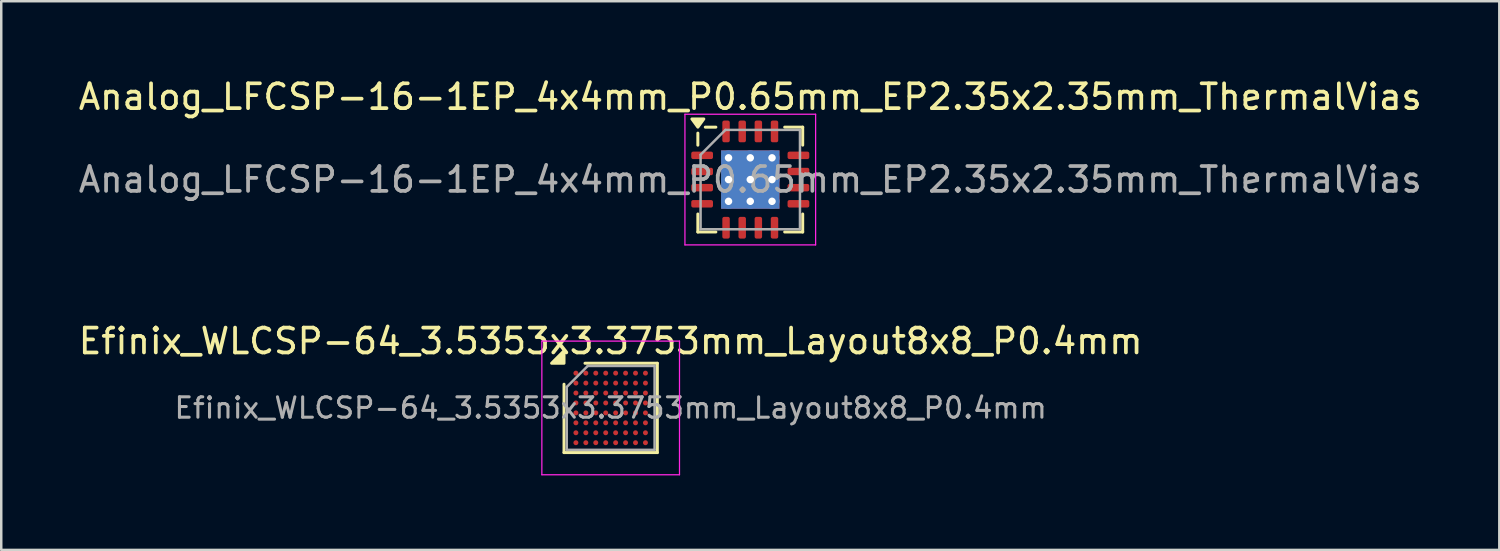
<source format=kicad_pcb>
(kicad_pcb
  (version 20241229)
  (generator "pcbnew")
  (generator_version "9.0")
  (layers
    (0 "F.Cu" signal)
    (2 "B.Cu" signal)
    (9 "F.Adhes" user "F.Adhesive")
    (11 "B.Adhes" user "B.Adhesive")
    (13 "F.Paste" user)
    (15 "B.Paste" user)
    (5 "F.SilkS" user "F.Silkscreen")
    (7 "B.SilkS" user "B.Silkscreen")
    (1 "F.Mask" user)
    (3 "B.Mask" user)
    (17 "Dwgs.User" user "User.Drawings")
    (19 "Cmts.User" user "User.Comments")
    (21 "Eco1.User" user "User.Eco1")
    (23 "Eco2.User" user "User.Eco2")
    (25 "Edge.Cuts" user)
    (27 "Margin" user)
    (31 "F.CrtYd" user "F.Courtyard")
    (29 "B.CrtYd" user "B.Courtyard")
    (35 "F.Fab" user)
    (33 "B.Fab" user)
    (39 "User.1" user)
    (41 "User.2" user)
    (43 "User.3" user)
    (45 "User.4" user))
  (footprint "Efinix_WLCSP-64_3.5353x3.3753mm_Layout8x8_P0.4mm"
    (layer "F.Cu")
    (at 21.53 13.369)
    (property "Reference" "Efinix_WLCSP-64_3.5353x3.3753mm_Layout8x8_P0.4mm" (at 0 -2.688 0) (layer "F.SilkS") (effects (font (size 1 1) (thickness 0.15))))
    (attr smd)
    (fp_line (start -1.878 1.798) (end -1.878 -0.954) (stroke (width 0.12) (type solid)) (layer "F.SilkS"))
    (fp_line (start -1.034 -1.798) (end 1.878 -1.798) (stroke (width 0.12) (type solid)) (layer "F.SilkS"))
    (fp_line (start 1.878 -1.798) (end 1.878 1.798) (stroke (width 0.12) (type solid)) (layer "F.SilkS"))
    (fp_line (start 1.878 1.798) (end -1.878 1.798) (stroke (width 0.12) (type solid)) (layer "F.SilkS"))
    (fp_poly (pts (xy -1.878 -1.798) (xy -2.378 -1.798) (xy -1.878 -2.298) (xy -1.878 -1.798)) (stroke (width 0.12) (type solid)) (fill yes) (layer "F.SilkS"))
    (fp_line (start -2.77 -2.69) (end -2.77 2.69) (stroke (width 0.05) (type solid)) (layer "F.CrtYd"))
    (fp_line (start -2.77 2.69) (end 2.77 2.69) (stroke (width 0.05) (type solid)) (layer "F.CrtYd"))
    (fp_line (start 2.77 -2.69) (end -2.77 -2.69) (stroke (width 0.05) (type solid)) (layer "F.CrtYd"))
    (fp_line (start 2.77 2.69) (end 2.77 -2.69) (stroke (width 0.05) (type solid)) (layer "F.CrtYd"))
    (fp_line (start -1.768 -0.844) (end -0.924 -1.688) (stroke (width 0.1) (type solid)) (layer "F.Fab"))
    (fp_line (start -1.768 1.688) (end -1.768 -0.844) (stroke (width 0.1) (type solid)) (layer "F.Fab"))
    (fp_line (start -0.924 -1.688) (end 1.768 -1.688) (stroke (width 0.1) (type solid)) (layer "F.Fab"))
    (fp_line (start 1.768 -1.688) (end 1.768 1.688) (stroke (width 0.1) (type solid)) (layer "F.Fab"))
    (fp_line (start 1.768 1.688) (end -1.768 1.688) (stroke (width 0.1) (type solid)) (layer "F.Fab"))
    (fp_text user "${REFERENCE}" (at 0 0 0) (layer "F.Fab") (effects (font (size 0.82 0.82) (thickness 0.123))))
    (pad "A1" smd circle (at -1.4 -1.4) (size 0.2 0.2) (property pad_prop_bga) (layers "F.Cu" "F.Mask" "F.Paste"))
    (pad "A2" smd circle (at -1 -1.4) (size 0.2 0.2) (property pad_prop_bga) (layers "F.Cu" "F.Mask" "F.Paste"))
    (pad "A3" smd circle (at -0.6 -1.4) (size 0.2 0.2) (property pad_prop_bga) (layers "F.Cu" "F.Mask" "F.Paste"))
    (pad "A4" smd circle (at -0.2 -1.4) (size 0.2 0.2) (property pad_prop_bga) (layers "F.Cu" "F.Mask" "F.Paste"))
    (pad "A5" smd circle (at 0.2 -1.4) (size 0.2 0.2) (property pad_prop_bga) (layers "F.Cu" "F.Mask" "F.Paste"))
    (pad "A6" smd circle (at 0.6 -1.4) (size 0.2 0.2) (property pad_prop_bga) (layers "F.Cu" "F.Mask" "F.Paste"))
    (pad "A7" smd circle (at 1 -1.4) (size 0.2 0.2) (property pad_prop_bga) (layers "F.Cu" "F.Mask" "F.Paste"))
    (pad "A8" smd circle (at 1.4 -1.4) (size 0.2 0.2) (property pad_prop_bga) (layers "F.Cu" "F.Mask" "F.Paste"))
    (pad "B1" smd circle (at -1.4 -1) (size 0.2 0.2) (property pad_prop_bga) (layers "F.Cu" "F.Mask" "F.Paste"))
    (pad "B2" smd circle (at -1 -1) (size 0.2 0.2) (property pad_prop_bga) (layers "F.Cu" "F.Mask" "F.Paste"))
    (pad "B3" smd circle (at -0.6 -1) (size 0.2 0.2) (property pad_prop_bga) (layers "F.Cu" "F.Mask" "F.Paste"))
    (pad "B4" smd circle (at -0.2 -1) (size 0.2 0.2) (property pad_prop_bga) (layers "F.Cu" "F.Mask" "F.Paste"))
    (pad "B5" smd circle (at 0.2 -1) (size 0.2 0.2) (property pad_prop_bga) (layers "F.Cu" "F.Mask" "F.Paste"))
    (pad "B6" smd circle (at 0.6 -1) (size 0.2 0.2) (property pad_prop_bga) (layers "F.Cu" "F.Mask" "F.Paste"))
    (pad "B7" smd circle (at 1 -1) (size 0.2 0.2) (property pad_prop_bga) (layers "F.Cu" "F.Mask" "F.Paste"))
    (pad "B8" smd circle (at 1.4 -1) (size 0.2 0.2) (property pad_prop_bga) (layers "F.Cu" "F.Mask" "F.Paste"))
    (pad "C1" smd circle (at -1.4 -0.6) (size 0.2 0.2) (property pad_prop_bga) (layers "F.Cu" "F.Mask" "F.Paste"))
    (pad "C2" smd circle (at -1 -0.6) (size 0.2 0.2) (property pad_prop_bga) (layers "F.Cu" "F.Mask" "F.Paste"))
    (pad "C3" smd circle (at -0.6 -0.6) (size 0.2 0.2) (property pad_prop_bga) (layers "F.Cu" "F.Mask" "F.Paste"))
    (pad "C4" smd circle (at -0.2 -0.6) (size 0.2 0.2) (property pad_prop_bga) (layers "F.Cu" "F.Mask" "F.Paste"))
    (pad "C5" smd circle (at 0.2 -0.6) (size 0.2 0.2) (property pad_prop_bga) (layers "F.Cu" "F.Mask" "F.Paste"))
    (pad "C6" smd circle (at 0.6 -0.6) (size 0.2 0.2) (property pad_prop_bga) (layers "F.Cu" "F.Mask" "F.Paste"))
    (pad "C7" smd circle (at 1 -0.6) (size 0.2 0.2) (property pad_prop_bga) (layers "F.Cu" "F.Mask" "F.Paste"))
    (pad "C8" smd circle (at 1.4 -0.6) (size 0.2 0.2) (property pad_prop_bga) (layers "F.Cu" "F.Mask" "F.Paste"))
    (pad "D1" smd circle (at -1.4 -0.2) (size 0.2 0.2) (property pad_prop_bga) (layers "F.Cu" "F.Mask" "F.Paste"))
    (pad "D2" smd circle (at -1 -0.2) (size 0.2 0.2) (property pad_prop_bga) (layers "F.Cu" "F.Mask" "F.Paste"))
    (pad "D3" smd circle (at -0.6 -0.2) (size 0.2 0.2) (property pad_prop_bga) (layers "F.Cu" "F.Mask" "F.Paste"))
    (pad "D4" smd circle (at -0.2 -0.2) (size 0.2 0.2) (property pad_prop_bga) (layers "F.Cu" "F.Mask" "F.Paste"))
    (pad "D5" smd circle (at 0.2 -0.2) (size 0.2 0.2) (property pad_prop_bga) (layers "F.Cu" "F.Mask" "F.Paste"))
    (pad "D6" smd circle (at 0.6 -0.2) (size 0.2 0.2) (property pad_prop_bga) (layers "F.Cu" "F.Mask" "F.Paste"))
    (pad "D7" smd circle (at 1 -0.2) (size 0.2 0.2) (property pad_prop_bga) (layers "F.Cu" "F.Mask" "F.Paste"))
    (pad "D8" smd circle (at 1.4 -0.2) (size 0.2 0.2) (property pad_prop_bga) (layers "F.Cu" "F.Mask" "F.Paste"))
    (pad "E1" smd circle (at -1.4 0.2) (size 0.2 0.2) (property pad_prop_bga) (layers "F.Cu" "F.Mask" "F.Paste"))
    (pad "E2" smd circle (at -1 0.2) (size 0.2 0.2) (property pad_prop_bga) (layers "F.Cu" "F.Mask" "F.Paste"))
    (pad "E3" smd circle (at -0.6 0.2) (size 0.2 0.2) (property pad_prop_bga) (layers "F.Cu" "F.Mask" "F.Paste"))
    (pad "E4" smd circle (at -0.2 0.2) (size 0.2 0.2) (property pad_prop_bga) (layers "F.Cu" "F.Mask" "F.Paste"))
    (pad "E5" smd circle (at 0.2 0.2) (size 0.2 0.2) (property pad_prop_bga) (layers "F.Cu" "F.Mask" "F.Paste"))
    (pad "E6" smd circle (at 0.6 0.2) (size 0.2 0.2) (property pad_prop_bga) (layers "F.Cu" "F.Mask" "F.Paste"))
    (pad "E7" smd circle (at 1 0.2) (size 0.2 0.2) (property pad_prop_bga) (layers "F.Cu" "F.Mask" "F.Paste"))
    (pad "E8" smd circle (at 1.4 0.2) (size 0.2 0.2) (property pad_prop_bga) (layers "F.Cu" "F.Mask" "F.Paste"))
    (pad "F1" smd circle (at -1.4 0.6) (size 0.2 0.2) (property pad_prop_bga) (layers "F.Cu" "F.Mask" "F.Paste"))
    (pad "F2" smd circle (at -1 0.6) (size 0.2 0.2) (property pad_prop_bga) (layers "F.Cu" "F.Mask" "F.Paste"))
    (pad "F3" smd circle (at -0.6 0.6) (size 0.2 0.2) (property pad_prop_bga) (layers "F.Cu" "F.Mask" "F.Paste"))
    (pad "F4" smd circle (at -0.2 0.6) (size 0.2 0.2) (property pad_prop_bga) (layers "F.Cu" "F.Mask" "F.Paste"))
    (pad "F5" smd circle (at 0.2 0.6) (size 0.2 0.2) (property pad_prop_bga) (layers "F.Cu" "F.Mask" "F.Paste"))
    (pad "F6" smd circle (at 0.6 0.6) (size 0.2 0.2) (property pad_prop_bga) (layers "F.Cu" "F.Mask" "F.Paste"))
    (pad "F7" smd circle (at 1 0.6) (size 0.2 0.2) (property pad_prop_bga) (layers "F.Cu" "F.Mask" "F.Paste"))
    (pad "F8" smd circle (at 1.4 0.6) (size 0.2 0.2) (property pad_prop_bga) (layers "F.Cu" "F.Mask" "F.Paste"))
    (pad "G1" smd circle (at -1.4 1) (size 0.2 0.2) (property pad_prop_bga) (layers "F.Cu" "F.Mask" "F.Paste"))
    (pad "G2" smd circle (at -1 1) (size 0.2 0.2) (property pad_prop_bga) (layers "F.Cu" "F.Mask" "F.Paste"))
    (pad "G3" smd circle (at -0.6 1) (size 0.2 0.2) (property pad_prop_bga) (layers "F.Cu" "F.Mask" "F.Paste"))
    (pad "G4" smd circle (at -0.2 1) (size 0.2 0.2) (property pad_prop_bga) (layers "F.Cu" "F.Mask" "F.Paste"))
    (pad "G5" smd circle (at 0.2 1) (size 0.2 0.2) (property pad_prop_bga) (layers "F.Cu" "F.Mask" "F.Paste"))
    (pad "G6" smd circle (at 0.6 1) (size 0.2 0.2) (property pad_prop_bga) (layers "F.Cu" "F.Mask" "F.Paste"))
    (pad "G7" smd circle (at 1 1) (size 0.2 0.2) (property pad_prop_bga) (layers "F.Cu" "F.Mask" "F.Paste"))
    (pad "G8" smd circle (at 1.4 1) (size 0.2 0.2) (property pad_prop_bga) (layers "F.Cu" "F.Mask" "F.Paste"))
    (pad "H1" smd circle (at -1.4 1.4) (size 0.2 0.2) (property pad_prop_bga) (layers "F.Cu" "F.Mask" "F.Paste"))
    (pad "H2" smd circle (at -1 1.4) (size 0.2 0.2) (property pad_prop_bga) (layers "F.Cu" "F.Mask" "F.Paste"))
    (pad "H3" smd circle (at -0.6 1.4) (size 0.2 0.2) (property pad_prop_bga) (layers "F.Cu" "F.Mask" "F.Paste"))
    (pad "H4" smd circle (at -0.2 1.4) (size 0.2 0.2) (property pad_prop_bga) (layers "F.Cu" "F.Mask" "F.Paste"))
    (pad "H5" smd circle (at 0.2 1.4) (size 0.2 0.2) (property pad_prop_bga) (layers "F.Cu" "F.Mask" "F.Paste"))
    (pad "H6" smd circle (at 0.6 1.4) (size 0.2 0.2) (property pad_prop_bga) (layers "F.Cu" "F.Mask" "F.Paste"))
    (pad "H7" smd circle (at 1 1.4) (size 0.2 0.2) (property pad_prop_bga) (layers "F.Cu" "F.Mask" "F.Paste"))
    (pad "H8" smd circle (at 1.4 1.4) (size 0.2 0.2) (property pad_prop_bga) (layers "F.Cu" "F.Mask" "F.Paste")))
  (footprint "Analog_LFCSP-16-1EP_4x4mm_P0.65mm_EP2.35x2.35mm_ThermalVias"
    (layer "F.Cu")
    (at 27.149 4.178)
    (property "Reference" "Analog_LFCSP-16-1EP_4x4mm_P0.65mm_EP2.35x2.35mm_ThermalVias" (at 0 -3.33 0) (layer "F.SilkS") (effects (font (size 1 1) (thickness 0.15))))
    (attr smd)
    (fp_line (start -2.11 -1.385) (end -2.11 -1.87) (stroke (width 0.12) (type solid)) (layer "F.SilkS"))
    (fp_line (start -2.11 2.11) (end -2.11 1.385) (stroke (width 0.12) (type solid)) (layer "F.SilkS"))
    (fp_line (start -1.385 -2.11) (end -1.81 -2.11) (stroke (width 0.12) (type solid)) (layer "F.SilkS"))
    (fp_line (start -1.385 2.11) (end -2.11 2.11) (stroke (width 0.12) (type solid)) (layer "F.SilkS"))
    (fp_line (start 1.385 -2.11) (end 2.11 -2.11) (stroke (width 0.12) (type solid)) (layer "F.SilkS"))
    (fp_line (start 1.385 2.11) (end 2.11 2.11) (stroke (width 0.12) (type solid)) (layer "F.SilkS"))
    (fp_line (start 2.11 -2.11) (end 2.11 -1.385) (stroke (width 0.12) (type solid)) (layer "F.SilkS"))
    (fp_line (start 2.11 2.11) (end 2.11 1.385) (stroke (width 0.12) (type solid)) (layer "F.SilkS"))
    (fp_poly (pts (xy -2.11 -2.11) (xy -2.35 -2.44) (xy -1.87 -2.44) (xy -2.11 -2.11)) (stroke (width 0.12) (type solid)) (fill yes) (layer "F.SilkS"))
    (fp_line (start -2.63 -2.63) (end -2.63 2.63) (stroke (width 0.05) (type solid)) (layer "F.CrtYd"))
    (fp_line (start -2.63 2.63) (end 2.63 2.63) (stroke (width 0.05) (type solid)) (layer "F.CrtYd"))
    (fp_line (start 2.63 -2.63) (end -2.63 -2.63) (stroke (width 0.05) (type solid)) (layer "F.CrtYd"))
    (fp_line (start 2.63 2.63) (end 2.63 -2.63) (stroke (width 0.05) (type solid)) (layer "F.CrtYd"))
    (fp_line (start -2 -1) (end -1 -2) (stroke (width 0.1) (type solid)) (layer "F.Fab"))
    (fp_line (start -2 2) (end -2 -1) (stroke (width 0.1) (type solid)) (layer "F.Fab"))
    (fp_line (start -1 -2) (end 2 -2) (stroke (width 0.1) (type solid)) (layer "F.Fab"))
    (fp_line (start 2 -2) (end 2 2) (stroke (width 0.1) (type solid)) (layer "F.Fab"))
    (fp_line (start 2 2) (end -2 2) (stroke (width 0.1) (type solid)) (layer "F.Fab"))
    (fp_text user "${REFERENCE}" (at 0 0 0) (layer "F.Fab") (effects (font (size 1 1) (thickness 0.15))))
    (pad "" smd roundrect (at -0.59 -0.59) (size 1.02 1.02) (layers "F.Paste") (roundrect_rratio 0.245))
    (pad "" smd roundrect (at -0.59 0.59) (size 1.02 1.02) (layers "F.Paste") (roundrect_rratio 0.245))
    (pad "" smd roundrect (at 0.59 -0.59) (size 1.02 1.02) (layers "F.Paste") (roundrect_rratio 0.245))
    (pad "" smd roundrect (at 0.59 0.59) (size 1.02 1.02) (layers "F.Paste") (roundrect_rratio 0.245))
    (pad "1" smd roundrect (at -1.938 -0.975) (size 0.875 0.3) (layers "F.Cu" "F.Mask" "F.Paste") (roundrect_rratio 0.25))
    (pad "2" smd roundrect (at -1.938 -0.325) (size 0.875 0.3) (layers "F.Cu" "F.Mask" "F.Paste") (roundrect_rratio 0.25))
    (pad "3" smd roundrect (at -1.938 0.325) (size 0.875 0.3) (layers "F.Cu" "F.Mask" "F.Paste") (roundrect_rratio 0.25))
    (pad "4" smd roundrect (at -1.938 0.975) (size 0.875 0.3) (layers "F.Cu" "F.Mask" "F.Paste") (roundrect_rratio 0.25))
    (pad "5" smd roundrect (at -0.975 1.938) (size 0.3 0.875) (layers "F.Cu" "F.Mask" "F.Paste") (roundrect_rratio 0.25))
    (pad "6" smd roundrect (at -0.325 1.938) (size 0.3 0.875) (layers "F.Cu" "F.Mask" "F.Paste") (roundrect_rratio 0.25))
    (pad "7" smd roundrect (at 0.325 1.938) (size 0.3 0.875) (layers "F.Cu" "F.Mask" "F.Paste") (roundrect_rratio 0.25))
    (pad "8" smd roundrect (at 0.975 1.938) (size 0.3 0.875) (layers "F.Cu" "F.Mask" "F.Paste") (roundrect_rratio 0.25))
    (pad "9" smd roundrect (at 1.938 0.975) (size 0.875 0.3) (layers "F.Cu" "F.Mask" "F.Paste") (roundrect_rratio 0.25))
    (pad "10" smd roundrect (at 1.938 0.325) (size 0.875 0.3) (layers "F.Cu" "F.Mask" "F.Paste") (roundrect_rratio 0.25))
    (pad "11" smd roundrect (at 1.938 -0.325) (size 0.875 0.3) (layers "F.Cu" "F.Mask" "F.Paste") (roundrect_rratio 0.25))
    (pad "12" smd roundrect (at 1.938 -0.975) (size 0.875 0.3) (layers "F.Cu" "F.Mask" "F.Paste") (roundrect_rratio 0.25))
    (pad "13" smd roundrect (at 0.975 -1.938) (size 0.3 0.875) (layers "F.Cu" "F.Mask" "F.Paste") (roundrect_rratio 0.25))
    (pad "14" smd roundrect (at 0.325 -1.938) (size 0.3 0.875) (layers "F.Cu" "F.Mask" "F.Paste") (roundrect_rratio 0.25))
    (pad "15" smd roundrect (at -0.325 -1.938) (size 0.3 0.875) (layers "F.Cu" "F.Mask" "F.Paste") (roundrect_rratio 0.25))
    (pad "16" smd roundrect (at -0.975 -1.938) (size 0.3 0.875) (layers "F.Cu" "F.Mask" "F.Paste") (roundrect_rratio 0.25))
    (pad "17" thru_hole circle (at -0.875 -0.875) (size 0.6 0.6) (drill 0.3) (property pad_prop_heatsink) (layers "*.Cu"))
    (pad "17" thru_hole circle (at -0.875 0) (size 0.6 0.6) (drill 0.3) (property pad_prop_heatsink) (layers "*.Cu"))
    (pad "17" thru_hole circle (at -0.875 0.875) (size 0.6 0.6) (drill 0.3) (property pad_prop_heatsink) (layers "*.Cu"))
    (pad "17" thru_hole circle (at 0 -0.875) (size 0.6 0.6) (drill 0.3) (property pad_prop_heatsink) (layers "*.Cu"))
    (pad "17" thru_hole circle (at 0 0) (size 0.6 0.6) (drill 0.3) (property pad_prop_heatsink) (layers "*.Cu"))
    (pad "17" smd rect (at 0 0) (size 2.35 2.35) (property pad_prop_heatsink) (layers "F.Cu" "F.Mask"))
    (pad "17" smd rect (at 0 0) (size 2.35 2.35) (property pad_prop_heatsink) (layers "B.Cu"))
    (pad "17" thru_hole circle (at 0 0.875) (size 0.6 0.6) (drill 0.3) (property pad_prop_heatsink) (layers "*.Cu"))
    (pad "17" thru_hole circle (at 0.875 -0.875) (size 0.6 0.6) (drill 0.3) (property pad_prop_heatsink) (layers "*.Cu"))
    (pad "17" thru_hole circle (at 0.875 0) (size 0.6 0.6) (drill 0.3) (property pad_prop_heatsink) (layers "*.Cu"))
    (pad "17" thru_hole circle (at 0.875 0.875) (size 0.6 0.6) (drill 0.3) (property pad_prop_heatsink) (layers "*.Cu")))
  (gr_rect
    (start -3 -3)
    (end 57.298 19.084)
    (stroke (width 0.1) (type default))
    (fill no)
    (layer "Edge.Cuts")))
</source>
